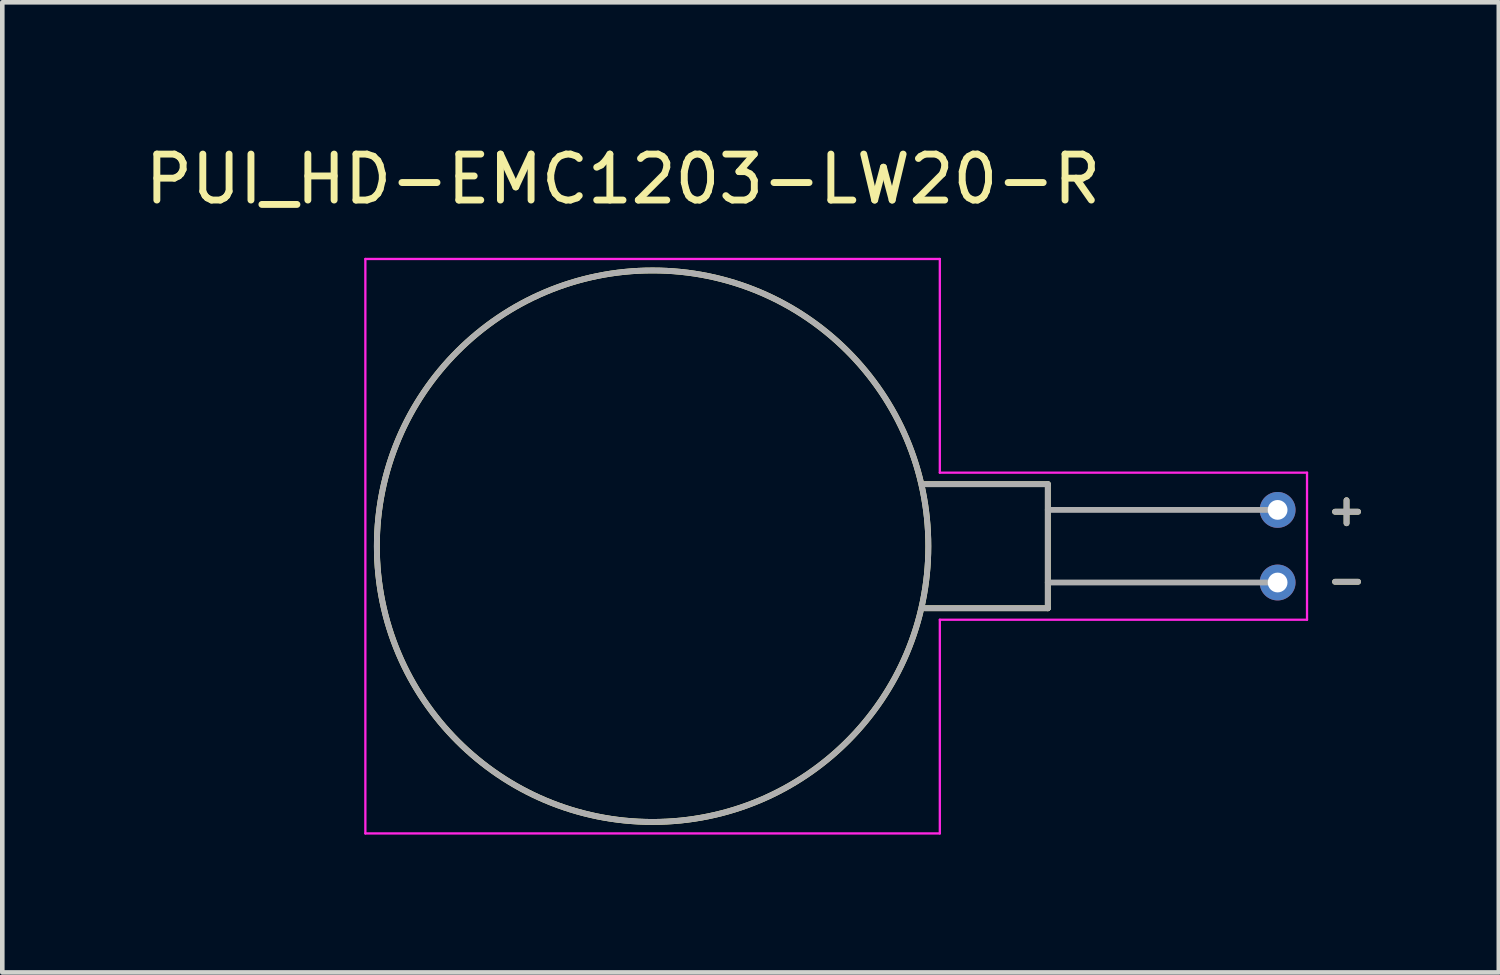
<source format=kicad_pcb>
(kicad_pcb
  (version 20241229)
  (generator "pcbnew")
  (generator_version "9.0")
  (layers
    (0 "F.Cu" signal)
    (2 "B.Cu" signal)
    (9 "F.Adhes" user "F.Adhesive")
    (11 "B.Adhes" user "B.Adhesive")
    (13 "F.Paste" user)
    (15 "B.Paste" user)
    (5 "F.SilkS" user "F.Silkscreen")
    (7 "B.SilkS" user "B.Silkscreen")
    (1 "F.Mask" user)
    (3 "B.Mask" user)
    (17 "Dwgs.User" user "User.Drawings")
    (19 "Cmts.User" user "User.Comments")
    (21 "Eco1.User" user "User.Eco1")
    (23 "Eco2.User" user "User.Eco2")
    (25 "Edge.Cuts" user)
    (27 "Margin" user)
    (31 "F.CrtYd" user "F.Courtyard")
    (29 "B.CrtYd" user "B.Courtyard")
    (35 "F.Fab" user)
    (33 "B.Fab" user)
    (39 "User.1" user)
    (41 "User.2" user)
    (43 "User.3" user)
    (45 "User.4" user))
  (footprint "PUI_HD-EMC1203-LW20-R"
    (layer "F.Cu")
    (at 11.15 8.835)
    (property "Reference" "PUI_HD-EMC1203-LW20-R" (at -0.644 -7.987 0) (layer "F.SilkS") (effects (font (size 1 1) (thickness 0.15))))
    (attr through_hole)
    (fp_line (start 8.6 -1.35) (end 5.925 -1.35) (stroke (width 0.127) (type solid)) (layer "F.SilkS"))
    (fp_line (start 8.6 -1.35) (end 8.6 1.35) (stroke (width 0.127) (type solid)) (layer "F.SilkS"))
    (fp_line (start 8.6 1.35) (end 5.925 1.35) (stroke (width 0.127) (type solid)) (layer "F.SilkS"))
    (fp_line (start 14.85 -0.75) (end 15.35 -0.75) (stroke (width 0.127) (type solid)) (layer "F.SilkS"))
    (fp_line (start 14.85 0.774) (end 15.35 0.774) (stroke (width 0.127) (type solid)) (layer "F.SilkS"))
    (fp_line (start 15.1 -1) (end 15.1 -0.5) (stroke (width 0.127) (type solid)) (layer "F.SilkS"))
    (fp_circle (center 0 0) (end 6 0) (stroke (width 0.127) (type solid)) (fill no) (layer "F.SilkS"))
    (fp_line (start -6.25 -6.25) (end -6.25 6.25) (stroke (width 0.05) (type solid)) (layer "F.CrtYd"))
    (fp_line (start -6.25 6.25) (end 6.25 6.25) (stroke (width 0.05) (type solid)) (layer "F.CrtYd"))
    (fp_line (start 6.25 -6.25) (end -6.25 -6.25) (stroke (width 0.05) (type solid)) (layer "F.CrtYd"))
    (fp_line (start 6.25 -1.6) (end 6.25 -6.25) (stroke (width 0.05) (type solid)) (layer "F.CrtYd"))
    (fp_line (start 6.25 -1.6) (end 14.24 -1.6) (stroke (width 0.05) (type solid)) (layer "F.CrtYd"))
    (fp_line (start 6.25 6.25) (end 6.25 1.6) (stroke (width 0.05) (type solid)) (layer "F.CrtYd"))
    (fp_line (start 14.24 -1.6) (end 14.24 1.6) (stroke (width 0.05) (type solid)) (layer "F.CrtYd"))
    (fp_line (start 14.24 1.6) (end 6.25 1.6) (stroke (width 0.05) (type solid)) (layer "F.CrtYd"))
    (fp_line (start 8.6 -1.35) (end 5.925 -1.35) (stroke (width 0.127) (type solid)) (layer "F.Fab"))
    (fp_line (start 8.6 -0.79) (end 8.6 -1.35) (stroke (width 0.127) (type solid)) (layer "F.Fab"))
    (fp_line (start 8.6 -0.79) (end 8.6 0.79) (stroke (width 0.127) (type solid)) (layer "F.Fab"))
    (fp_line (start 8.6 -0.79) (end 13.6 -0.79) (stroke (width 0.127) (type solid)) (layer "F.Fab"))
    (fp_line (start 8.6 0.79) (end 8.6 1.35) (stroke (width 0.127) (type solid)) (layer "F.Fab"))
    (fp_line (start 8.6 0.79) (end 13.6 0.79) (stroke (width 0.127) (type solid)) (layer "F.Fab"))
    (fp_line (start 8.6 1.35) (end 5.925 1.35) (stroke (width 0.127) (type solid)) (layer "F.Fab"))
    (fp_line (start 14.85 -0.75) (end 15.35 -0.75) (stroke (width 0.127) (type solid)) (layer "F.Fab"))
    (fp_line (start 14.85 0.774) (end 15.35 0.774) (stroke (width 0.127) (type solid)) (layer "F.Fab"))
    (fp_line (start 15.1 -1) (end 15.1 -0.5) (stroke (width 0.127) (type solid)) (layer "F.Fab"))
    (fp_circle (center 0 0) (end 6 0) (stroke (width 0.127) (type solid)) (fill no) (layer "F.Fab"))
    (pad "N" thru_hole circle (at 13.6 0.79) (size 0.78 0.78) (drill 0.43) (layers "*.Cu" "*.Mask"))
    (pad "P" thru_hole circle (at 13.6 -0.79) (size 0.78 0.78) (drill 0.43) (layers "*.Cu" "*.Mask")))
  (gr_rect
    (start -3 -3)
    (end 29.563 18.11)
    (stroke (width 0.1) (type default))
    (fill no)
    (layer "Edge.Cuts")))
</source>
